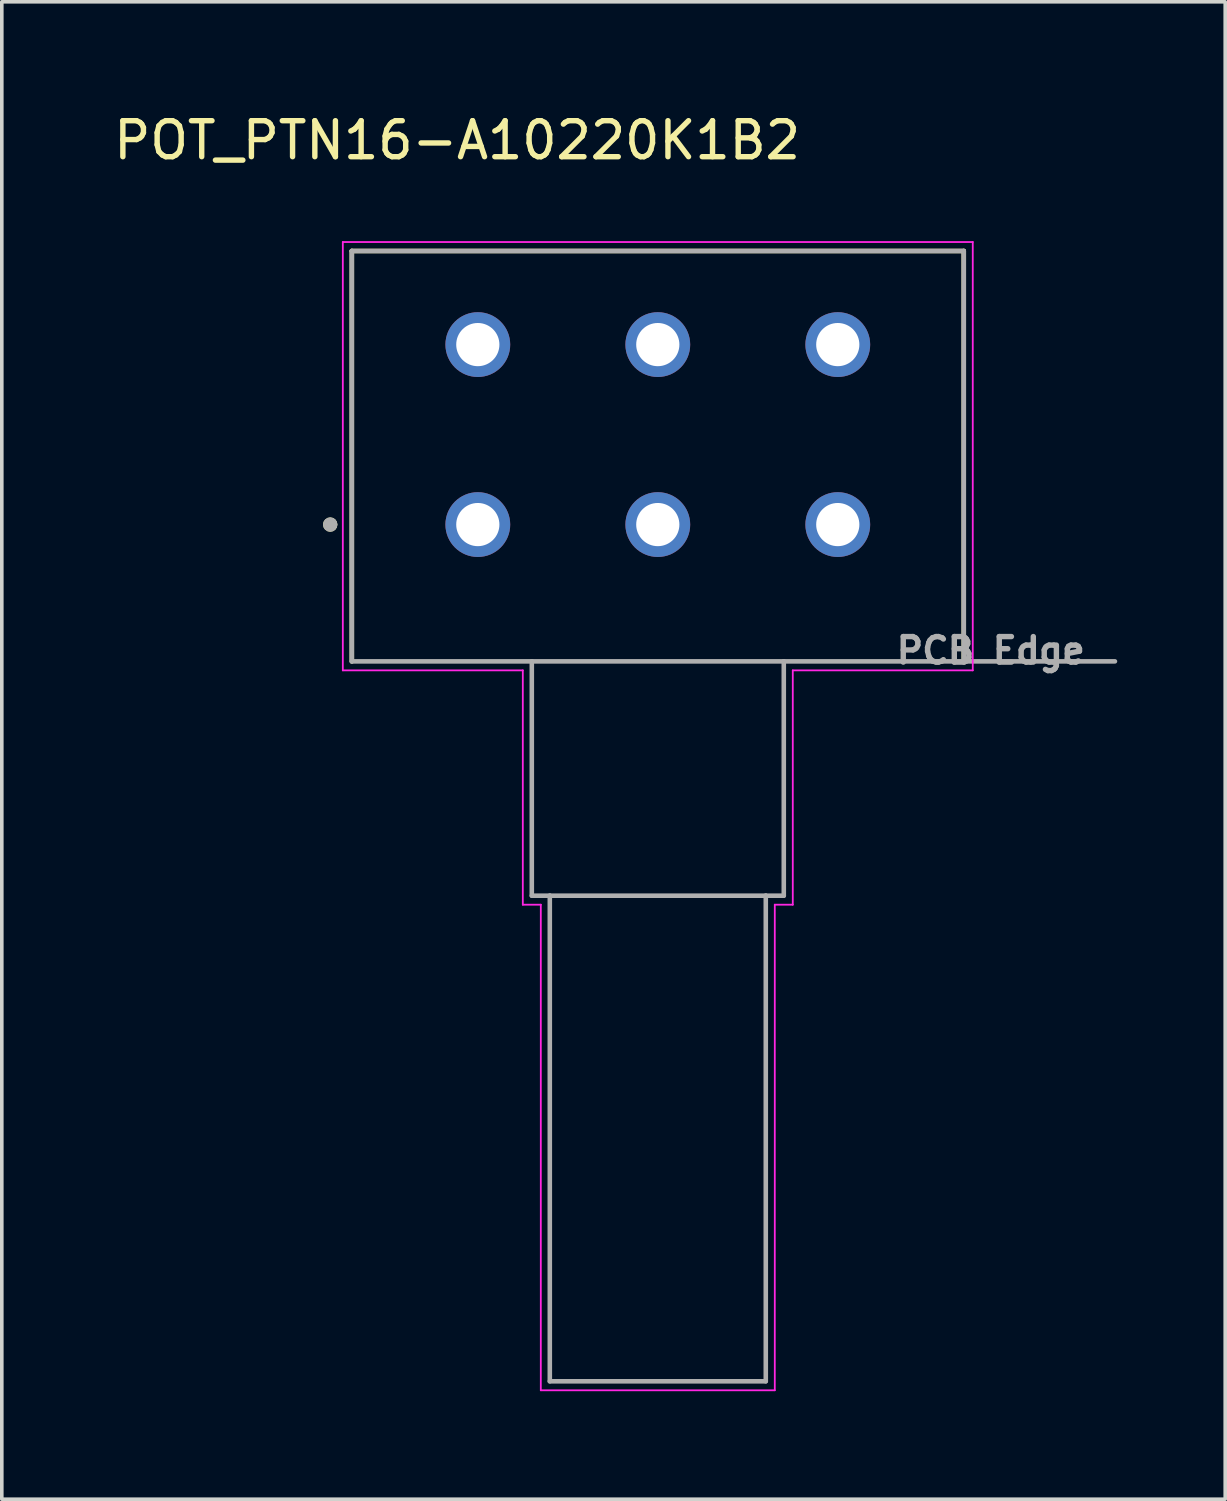
<source format=kicad_pcb>
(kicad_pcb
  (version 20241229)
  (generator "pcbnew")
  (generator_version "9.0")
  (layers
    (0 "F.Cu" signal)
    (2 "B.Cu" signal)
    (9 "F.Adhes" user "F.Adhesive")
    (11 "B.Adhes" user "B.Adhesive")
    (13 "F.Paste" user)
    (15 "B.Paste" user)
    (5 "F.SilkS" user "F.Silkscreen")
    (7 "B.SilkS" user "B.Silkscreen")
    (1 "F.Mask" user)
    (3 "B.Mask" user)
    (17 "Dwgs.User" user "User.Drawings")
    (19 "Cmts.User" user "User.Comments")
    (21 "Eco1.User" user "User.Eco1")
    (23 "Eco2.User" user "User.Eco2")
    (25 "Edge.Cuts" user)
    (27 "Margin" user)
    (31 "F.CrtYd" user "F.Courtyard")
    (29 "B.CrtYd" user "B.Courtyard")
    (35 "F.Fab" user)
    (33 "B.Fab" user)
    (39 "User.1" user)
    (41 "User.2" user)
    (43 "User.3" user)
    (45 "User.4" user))
  (footprint "POT_PTN16-A10220K1B2"
    (layer "F.Cu")
    (at 10.224 11.523)
    (property "Reference" "POT_PTN16-A10220K1B2" (at -0.575 -10.675 0) (layer "F.SilkS") (effects (font (size 1 1) (thickness 0.15))))
    (attr through_hole)
    (fp_line (start -3.5 -7.6) (end -3.5 3.8) (stroke (width 0.127) (type solid)) (layer "F.SilkS"))
    (fp_line (start 13.5 -7.6) (end -3.5 -7.6) (stroke (width 0.127) (type solid)) (layer "F.SilkS"))
    (fp_line (start 13.5 3.8) (end 13.5 -7.6) (stroke (width 0.127) (type solid)) (layer "F.SilkS"))
    (fp_circle (center -4.1 0) (end -4 0) (stroke (width 0.2) (type solid)) (fill no) (layer "F.SilkS"))
    (fp_line (start -3.75 -7.85) (end -3.75 4.05) (stroke (width 0.05) (type solid)) (layer "F.CrtYd"))
    (fp_line (start -3.75 4.05) (end 1.25 4.05) (stroke (width 0.05) (type solid)) (layer "F.CrtYd"))
    (fp_line (start 1.25 4.05) (end 1.25 10.56) (stroke (width 0.05) (type solid)) (layer "F.CrtYd"))
    (fp_line (start 1.25 10.56) (end 1.75 10.56) (stroke (width 0.05) (type solid)) (layer "F.CrtYd"))
    (fp_line (start 1.75 10.56) (end 1.75 24.05) (stroke (width 0.05) (type solid)) (layer "F.CrtYd"))
    (fp_line (start 1.75 24.05) (end 8.25 24.05) (stroke (width 0.05) (type solid)) (layer "F.CrtYd"))
    (fp_line (start 8.25 10.56) (end 8.25 24.05) (stroke (width 0.05) (type solid)) (layer "F.CrtYd"))
    (fp_line (start 8.75 4.05) (end 13.75 4.05) (stroke (width 0.05) (type solid)) (layer "F.CrtYd"))
    (fp_line (start 8.75 10.56) (end 8.25 10.56) (stroke (width 0.05) (type solid)) (layer "F.CrtYd"))
    (fp_line (start 8.75 10.56) (end 8.75 4.05) (stroke (width 0.05) (type solid)) (layer "F.CrtYd"))
    (fp_line (start 13.75 -7.85) (end -3.75 -7.85) (stroke (width 0.05) (type solid)) (layer "F.CrtYd"))
    (fp_line (start 13.75 4.05) (end 13.75 -7.85) (stroke (width 0.05) (type solid)) (layer "F.CrtYd"))
    (fp_line (start -3.5 -7.6) (end -3.5 3.8) (stroke (width 0.127) (type solid)) (layer "F.Fab"))
    (fp_line (start -3.5 3.8) (end 1.5 3.8) (stroke (width 0.127) (type solid)) (layer "F.Fab"))
    (fp_line (start 1.5 3.8) (end 1.5 10.31) (stroke (width 0.127) (type solid)) (layer "F.Fab"))
    (fp_line (start 1.5 3.8) (end 8.5 3.8) (stroke (width 0.127) (type solid)) (layer "F.Fab"))
    (fp_line (start 1.5 10.31) (end 2 10.31) (stroke (width 0.127) (type solid)) (layer "F.Fab"))
    (fp_line (start 2 10.31) (end 2 23.8) (stroke (width 0.127) (type solid)) (layer "F.Fab"))
    (fp_line (start 2 10.31) (end 8 10.31) (stroke (width 0.127) (type solid)) (layer "F.Fab"))
    (fp_line (start 2 23.8) (end 8 23.8) (stroke (width 0.127) (type solid)) (layer "F.Fab"))
    (fp_line (start 8 10.31) (end 8.5 10.31) (stroke (width 0.127) (type solid)) (layer "F.Fab"))
    (fp_line (start 8 23.8) (end 8 10.31) (stroke (width 0.127) (type solid)) (layer "F.Fab"))
    (fp_line (start 8.5 3.8) (end 13.5 3.8) (stroke (width 0.127) (type solid)) (layer "F.Fab"))
    (fp_line (start 8.5 10.31) (end 8.5 3.8) (stroke (width 0.127) (type solid)) (layer "F.Fab"))
    (fp_line (start 13.5 -7.6) (end -3.5 -7.6) (stroke (width 0.127) (type solid)) (layer "F.Fab"))
    (fp_line (start 13.5 3.8) (end 13.5 -7.6) (stroke (width 0.127) (type solid)) (layer "F.Fab"))
    (fp_line (start 13.5 3.8) (end 17.7 3.8) (stroke (width 0.127) (type solid)) (layer "F.Fab"))
    (fp_circle (center -4.1 0) (end -4 0) (stroke (width 0.2) (type solid)) (fill no) (layer "F.Fab"))
    (fp_text user "PCB Edge" (at 14.25 3.5 0) (layer "F.Fab") (effects (font (size 0.709 0.709) (thickness 0.15))))
    (pad "1" thru_hole circle (at 0 0) (size 1.8 1.8) (drill 1.2) (layers "*.Cu" "*.Mask"))
    (pad "2" thru_hole circle (at 5 0) (size 1.8 1.8) (drill 1.2) (layers "*.Cu" "*.Mask"))
    (pad "3" thru_hole circle (at 10 0) (size 1.8 1.8) (drill 1.2) (layers "*.Cu" "*.Mask"))
    (pad "4" thru_hole circle (at 0 -5) (size 1.8 1.8) (drill 1.2) (layers "*.Cu" "*.Mask"))
    (pad "5" thru_hole circle (at 5 -5) (size 1.8 1.8) (drill 1.2) (layers "*.Cu" "*.Mask"))
    (pad "6" thru_hole circle (at 10 -5) (size 1.8 1.8) (drill 1.2) (layers "*.Cu" "*.Mask")))
  (gr_rect
    (start -3 -3)
    (end 30.987 38.598)
    (stroke (width 0.1) (type default))
    (fill no)
    (layer "Edge.Cuts")))
</source>
